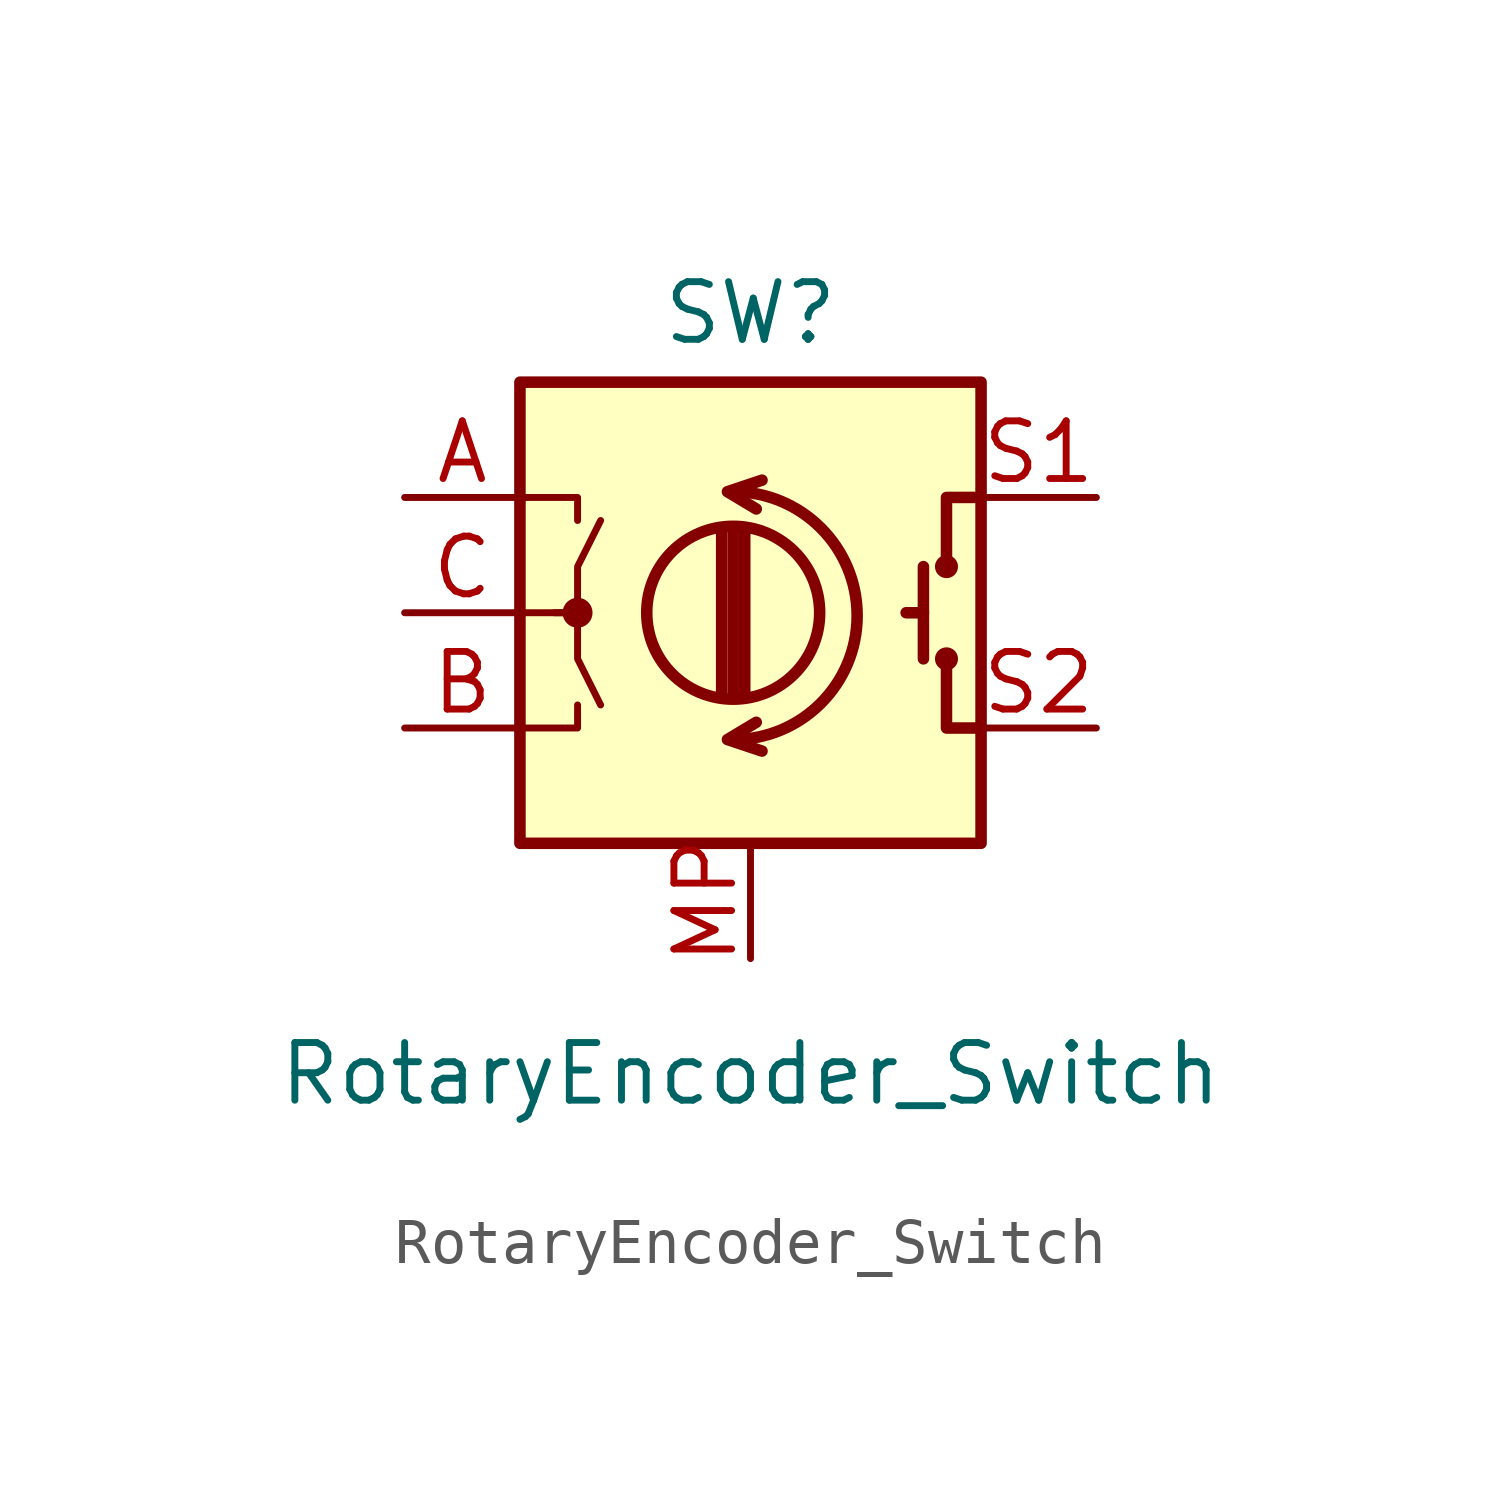
<source format=kicad_sym>
(kicad_symbol_lib
  (version 20211014)
  (generator kicad_symbol_editor)
  (symbol "RotaryEncoder_Switch"
    (pin_names
      (offset 0.254) hide)
    (property "Reference" "SW"
      (at 0 6.604 0)
      (effects (font (size 1.27 1.27))))
    (property "Value" "RotaryEncoder_Switch"
      (at 0 -10.16 0)
      (effects (font (size 1.27 1.27))))
    (symbol "RotaryEncoder_Switch_0_1"
      (rectangle (start -5.08 5.08) (end 5.08 -5.08) (stroke (width 0.254) (type default) (color 0 0 0 0)) (fill (type background)))
      (circle (center -3.81 0) (radius 0.254) (stroke (width 0) (type default) (color 0 0 0 0)) (fill (type outline)))
      (arc (start -0.381 -2.794) (mid 2.3622 -0.0508) (end -0.381 2.667) (stroke (width 0.254) (type default) (color 0 0 0 0)) (fill (type none)))
      (circle (center -0.381 0) (radius 1.905) (stroke (width 0.254) (type default) (color 0 0 0 0)) (fill (type none)))
      (polyline (pts (xy -0.635 -1.778) (xy -0.635 1.778)) (stroke (width 0.254) (type default) (color 0 0 0 0)) (fill (type none)))
      (polyline (pts (xy -0.381 -1.778) (xy -0.381 1.778)) (stroke (width 0.254) (type default) (color 0 0 0 0)) (fill (type none)))
      (polyline (pts (xy -0.127 1.778) (xy -0.127 -1.778)) (stroke (width 0.254) (type default) (color 0 0 0 0)) (fill (type none)))
      (polyline (pts (xy 3.81 0) (xy 3.429 0)) (stroke (width 0.254) (type default) (color 0 0 0 0)) (fill (type none)))
      (polyline (pts (xy 3.81 1.016) (xy 3.81 -1.016)) (stroke (width 0.254) (type default) (color 0 0 0 0)) (fill (type none)))
      (polyline (pts (xy -5.08 -2.54) (xy -3.81 -2.54) (xy -3.81 -2.032)) (stroke (width 0) (type default) (color 0 0 0 0)) (fill (type none)))
      (polyline (pts (xy -5.08 2.54) (xy -3.81 2.54) (xy -3.81 2.032)) (stroke (width 0) (type default) (color 0 0 0 0)) (fill (type none)))
      (polyline (pts (xy 0.254 -3.048) (xy -0.508 -2.794) (xy 0.127 -2.413)) (stroke (width 0.254) (type default) (color 0 0 0 0)) (fill (type none)))
      (polyline (pts (xy 0.254 2.921) (xy -0.508 2.667) (xy 0.127 2.286)) (stroke (width 0.254) (type default) (color 0 0 0 0)) (fill (type none)))
      (polyline (pts (xy 5.08 -2.54) (xy 4.318 -2.54) (xy 4.318 -1.016)) (stroke (width 0.254) (type default) (color 0 0 0 0)) (fill (type none)))
      (polyline (pts (xy 5.08 2.54) (xy 4.318 2.54) (xy 4.318 1.016)) (stroke (width 0.254) (type default) (color 0 0 0 0)) (fill (type none)))
      (polyline (pts (xy -5.08 0) (xy -3.81 0) (xy -3.81 -1.016) (xy -3.302 -2.032)) (stroke (width 0) (type default) (color 0 0 0 0)) (fill (type none)))
      (polyline (pts (xy -4.318 0) (xy -3.81 0) (xy -3.81 1.016) (xy -3.302 2.032)) (stroke (width 0) (type default) (color 0 0 0 0)) (fill (type none)))
      (circle (center 4.318 -1.016) (radius 0.127) (stroke (width 0.254) (type default) (color 0 0 0 0)) (fill (type none)))
      (circle (center 4.318 1.016) (radius 0.127) (stroke (width 0.254) (type default) (color 0 0 0 0)) (fill (type none))))
    (symbol "RotaryEncoder_Switch_1_1"
      (pin passive line (at -7.62 2.54 0) (length 2.54) (name "A" (effects (font (size 1.27 1.27)))) (number "A" (effects (font (size 1.27 1.27)))))
      (pin passive line (at -7.62 -2.54 0) (length 2.54) (name "B" (effects (font (size 1.27 1.27)))) (number "B" (effects (font (size 1.27 1.27)))))
      (pin passive line (at -7.62 0 0) (length 2.54) (name "C" (effects (font (size 1.27 1.27)))) (number "C" (effects (font (size 1.27 1.27)))))
      (pin passive line (at 0 -7.62 90) (length 2.54) (name "" (effects (font (size 1.27 1.27)))) (number "MP" (effects (font (size 1.27 1.27)))))
      (pin passive line (at 7.62 2.54 180) (length 2.54) (name "S1" (effects (font (size 1.27 1.27)))) (number "S1" (effects (font (size 1.27 1.27)))))
      (pin passive line (at 7.62 -2.54 180) (length 2.54) (name "S2" (effects (font (size 1.27 1.27)))) (number "S2" (effects (font (size 1.27 1.27))))))))
</source>
